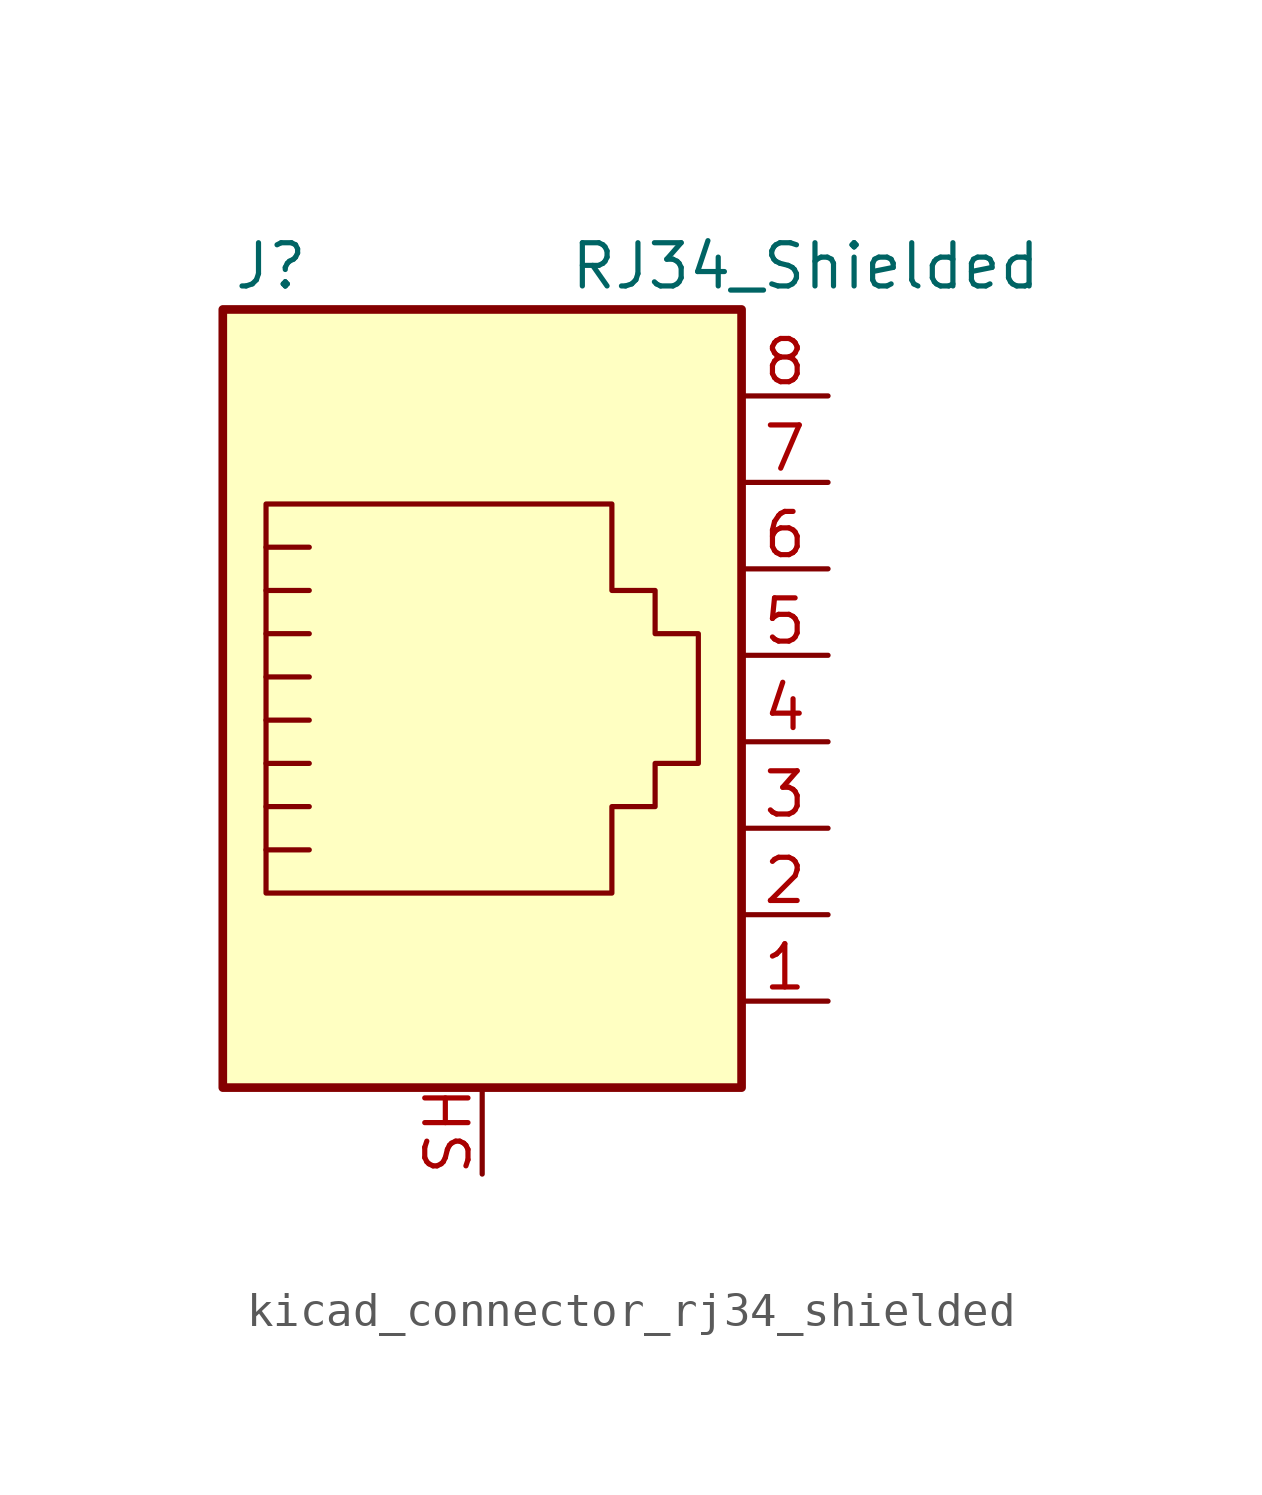
<source format=kicad_sym>
(kicad_symbol_lib
  (version 20220914)
  (generator kicad_symbol_editor)
  (symbol "kicad_connector_rj34_shielded"
    (pin_names
      (offset 1.016))
    (property "Reference" "J"
      (at -5.08 13.97 0)
      (effects (font (size 1.27 1.27)) (justify right)))
    (property "Value" "RJ34_Shielded"
      (at 2.54 13.97 0)
      (effects (font (size 1.27 1.27)) (justify left)))
    (symbol "kicad_connector_rj34_shielded_0_1"
      (polyline (pts (xy -5.08 4.445) (xy -6.35 4.445)) (stroke (width 0) (type default)) (fill (type none)))
      (polyline (pts (xy -5.08 5.715) (xy -6.35 5.715)) (stroke (width 0) (type default)) (fill (type none)))
      (polyline (pts (xy -6.35 -3.175) (xy -5.08 -3.175) (xy -5.08 -3.175)) (stroke (width 0) (type default)) (fill (type none)))
      (polyline (pts (xy -6.35 -1.905) (xy -5.08 -1.905) (xy -5.08 -1.905)) (stroke (width 0) (type default)) (fill (type none)))
      (polyline (pts (xy -6.35 -0.635) (xy -5.08 -0.635) (xy -5.08 -0.635)) (stroke (width 0) (type default)) (fill (type none)))
      (polyline (pts (xy -6.35 0.635) (xy -5.08 0.635) (xy -5.08 0.635)) (stroke (width 0) (type default)) (fill (type none)))
      (polyline (pts (xy -6.35 1.905) (xy -5.08 1.905) (xy -5.08 1.905)) (stroke (width 0) (type default)) (fill (type none)))
      (polyline (pts (xy -5.08 3.175) (xy -6.35 3.175) (xy -6.35 3.175)) (stroke (width 0) (type default)) (fill (type none)))
      (polyline (pts (xy -6.35 -4.445) (xy -6.35 6.985) (xy 3.81 6.985) (xy 3.81 4.445) (xy 5.08 4.445) (xy 5.08 3.175) (xy 6.35 3.175) (xy 6.35 -0.635) (xy 5.08 -0.635) (xy 5.08 -1.905) (xy 3.81 -1.905) (xy 3.81 -4.445) (xy -6.35 -4.445) (xy -6.35 -4.445)) (stroke (width 0) (type default)) (fill (type none)))
      (rectangle (start 7.62 12.7) (end -7.62 -10.16) (stroke (width 0.254) (type default)) (fill (type background))))
    (symbol "kicad_connector_rj34_shielded_1_1"
      (pin passive line (at 10.16 -7.62 180) (length 2.54) (name "~" (effects (font (size 1.27 1.27)))) (number "1" (effects (font (size 1.27 1.27)))))
      (pin passive line (at 10.16 -5.08 180) (length 2.54) (name "~" (effects (font (size 1.27 1.27)))) (number "2" (effects (font (size 1.27 1.27)))))
      (pin passive line (at 10.16 -2.54 180) (length 2.54) (name "~" (effects (font (size 1.27 1.27)))) (number "3" (effects (font (size 1.27 1.27)))))
      (pin passive line (at 10.16 0 180) (length 2.54) (name "~" (effects (font (size 1.27 1.27)))) (number "4" (effects (font (size 1.27 1.27)))))
      (pin passive line (at 10.16 2.54 180) (length 2.54) (name "~" (effects (font (size 1.27 1.27)))) (number "5" (effects (font (size 1.27 1.27)))))
      (pin passive line (at 10.16 5.08 180) (length 2.54) (name "~" (effects (font (size 1.27 1.27)))) (number "6" (effects (font (size 1.27 1.27)))))
      (pin passive line (at 10.16 7.62 180) (length 2.54) (name "~" (effects (font (size 1.27 1.27)))) (number "7" (effects (font (size 1.27 1.27)))))
      (pin passive line (at 10.16 10.16 180) (length 2.54) (name "~" (effects (font (size 1.27 1.27)))) (number "8" (effects (font (size 1.27 1.27)))))
      (pin passive line (at 0 -12.7 90) (length 2.54) (name "~" (effects (font (size 1.27 1.27)))) (number "SH" (effects (font (size 1.27 1.27))))))))
</source>
